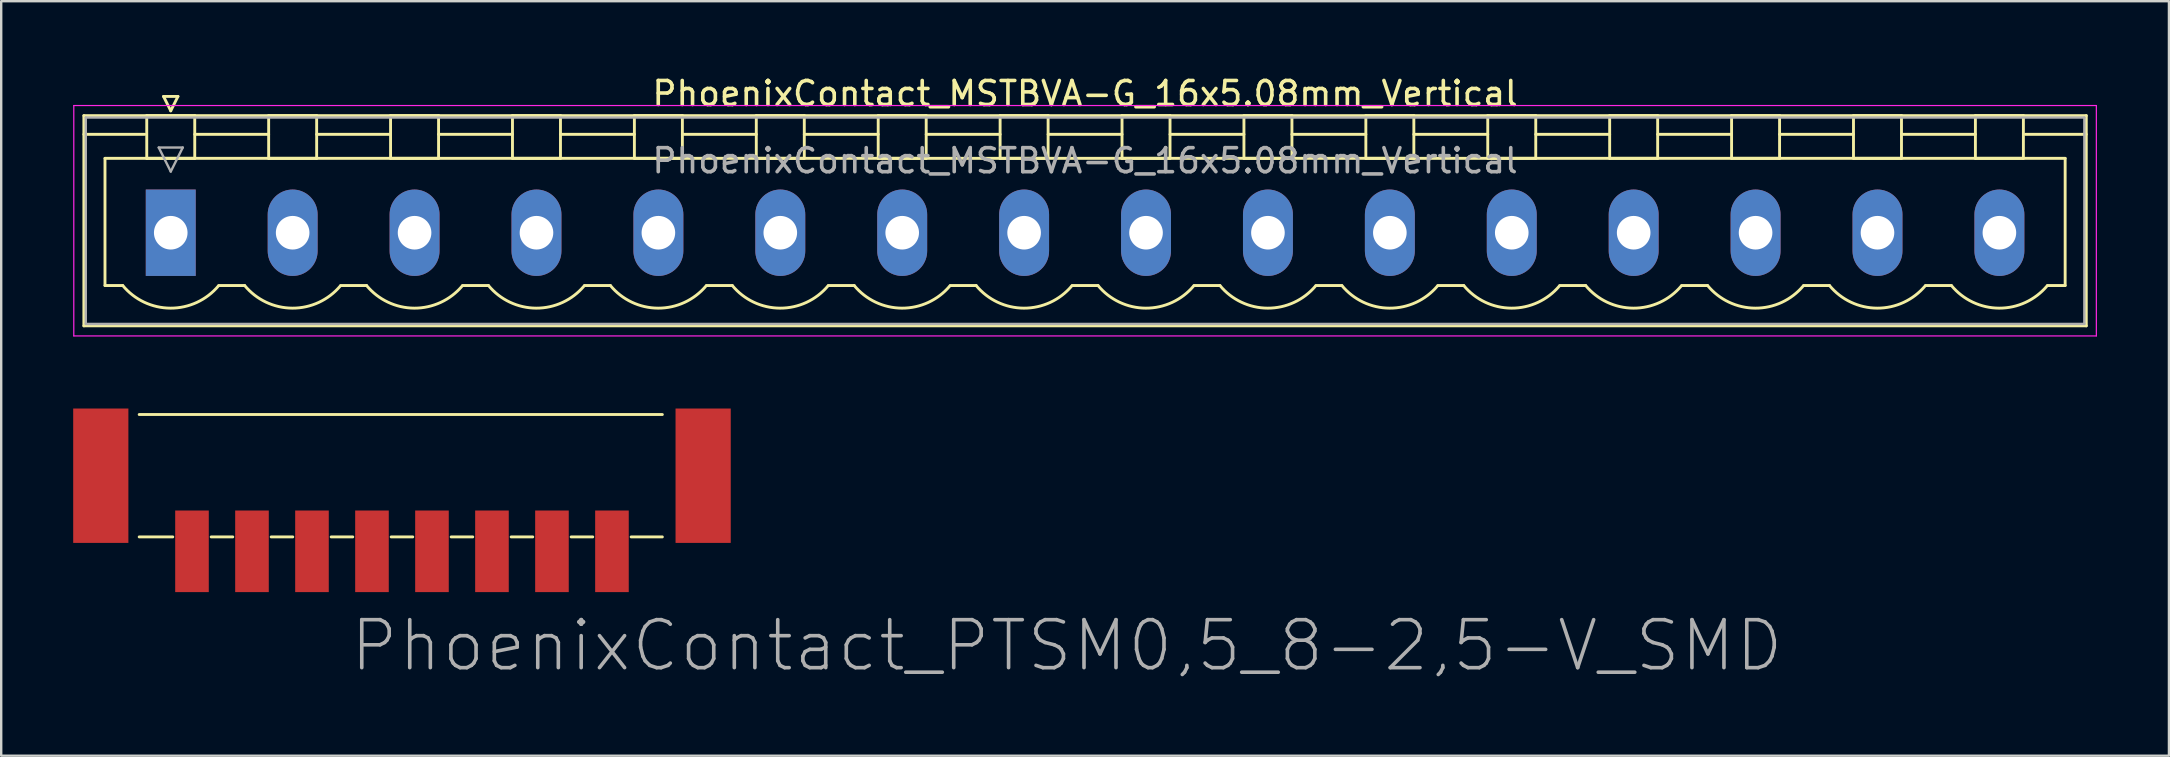
<source format=kicad_pcb>
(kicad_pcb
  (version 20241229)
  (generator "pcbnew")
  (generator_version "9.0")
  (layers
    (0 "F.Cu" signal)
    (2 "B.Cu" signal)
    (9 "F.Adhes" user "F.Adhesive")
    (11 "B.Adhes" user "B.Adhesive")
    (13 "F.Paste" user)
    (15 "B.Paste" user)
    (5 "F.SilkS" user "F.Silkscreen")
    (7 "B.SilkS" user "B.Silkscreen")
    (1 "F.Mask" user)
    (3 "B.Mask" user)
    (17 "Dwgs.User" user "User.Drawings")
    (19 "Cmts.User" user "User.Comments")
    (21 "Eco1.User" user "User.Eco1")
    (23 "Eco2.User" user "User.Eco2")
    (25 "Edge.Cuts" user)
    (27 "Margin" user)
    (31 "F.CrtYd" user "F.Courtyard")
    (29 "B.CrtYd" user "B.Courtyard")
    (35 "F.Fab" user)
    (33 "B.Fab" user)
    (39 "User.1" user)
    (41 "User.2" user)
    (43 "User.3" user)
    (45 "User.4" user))
  (footprint "PhoenixContact_MSTBVA-G_16x5.08mm_Vertical"
    (layer "F.Cu")
    (at 4.065 6.648)
    (property "Reference" "PhoenixContact_MSTBVA-G_16x5.08mm_Vertical" (at 38.1 -5.8 0) (layer "F.SilkS") (effects (font (size 1 1) (thickness 0.15))))
    (attr through_hole)
    (fp_line (start -3.62 -4.88) (end -3.62 3.88) (stroke (width 0.12) (type solid)) (layer "F.SilkS"))
    (fp_line (start -3.62 -4.1) (end -1.08 -4.1) (stroke (width 0.12) (type solid)) (layer "F.SilkS"))
    (fp_line (start -3.62 3.88) (end 79.82 3.88) (stroke (width 0.12) (type solid)) (layer "F.SilkS"))
    (fp_line (start -2.74 -3.1) (end 78.94 -3.1) (stroke (width 0.12) (type solid)) (layer "F.SilkS"))
    (fp_line (start -2.74 2.2) (end -2.74 -3.1) (stroke (width 0.12) (type solid)) (layer "F.SilkS"))
    (fp_line (start -2 2.2) (end -2.74 2.2) (stroke (width 0.12) (type solid)) (layer "F.SilkS"))
    (fp_line (start -1 -4.88) (end 1 -4.88) (stroke (width 0.12) (type solid)) (layer "F.SilkS"))
    (fp_line (start -1 -3.1) (end -1 -4.88) (stroke (width 0.12) (type solid)) (layer "F.SilkS"))
    (fp_line (start -0.3 -5.68) (end 0.3 -5.68) (stroke (width 0.12) (type solid)) (layer "F.SilkS"))
    (fp_line (start 0 -5.08) (end -0.3 -5.68) (stroke (width 0.12) (type solid)) (layer "F.SilkS"))
    (fp_line (start 0.3 -5.68) (end 0 -5.08) (stroke (width 0.12) (type solid)) (layer "F.SilkS"))
    (fp_line (start 1 -4.88) (end 1 -3.1) (stroke (width 0.12) (type solid)) (layer "F.SilkS"))
    (fp_line (start 1 -4.1) (end 4.08 -4.1) (stroke (width 0.12) (type solid)) (layer "F.SilkS"))
    (fp_line (start 1 -3.1) (end -1 -3.1) (stroke (width 0.12) (type solid)) (layer "F.SilkS"))
    (fp_line (start 2 2.2) (end 3.08 2.2) (stroke (width 0.12) (type solid)) (layer "F.SilkS"))
    (fp_line (start 4.08 -4.88) (end 6.08 -4.88) (stroke (width 0.12) (type solid)) (layer "F.SilkS"))
    (fp_line (start 4.08 -3.1) (end 4.08 -4.88) (stroke (width 0.12) (type solid)) (layer "F.SilkS"))
    (fp_line (start 6.08 -4.88) (end 6.08 -3.1) (stroke (width 0.12) (type solid)) (layer "F.SilkS"))
    (fp_line (start 6.08 -4.1) (end 9.16 -4.1) (stroke (width 0.12) (type solid)) (layer "F.SilkS"))
    (fp_line (start 6.08 -3.1) (end 4.08 -3.1) (stroke (width 0.12) (type solid)) (layer "F.SilkS"))
    (fp_line (start 7.08 2.2) (end 8.16 2.2) (stroke (width 0.12) (type solid)) (layer "F.SilkS"))
    (fp_line (start 9.16 -4.88) (end 11.16 -4.88) (stroke (width 0.12) (type solid)) (layer "F.SilkS"))
    (fp_line (start 9.16 -3.1) (end 9.16 -4.88) (stroke (width 0.12) (type solid)) (layer "F.SilkS"))
    (fp_line (start 11.16 -4.88) (end 11.16 -3.1) (stroke (width 0.12) (type solid)) (layer "F.SilkS"))
    (fp_line (start 11.16 -4.1) (end 14.24 -4.1) (stroke (width 0.12) (type solid)) (layer "F.SilkS"))
    (fp_line (start 11.16 -3.1) (end 9.16 -3.1) (stroke (width 0.12) (type solid)) (layer "F.SilkS"))
    (fp_line (start 12.16 2.2) (end 13.24 2.2) (stroke (width 0.12) (type solid)) (layer "F.SilkS"))
    (fp_line (start 14.24 -4.88) (end 16.24 -4.88) (stroke (width 0.12) (type solid)) (layer "F.SilkS"))
    (fp_line (start 14.24 -3.1) (end 14.24 -4.88) (stroke (width 0.12) (type solid)) (layer "F.SilkS"))
    (fp_line (start 16.24 -4.88) (end 16.24 -3.1) (stroke (width 0.12) (type solid)) (layer "F.SilkS"))
    (fp_line (start 16.24 -4.1) (end 19.32 -4.1) (stroke (width 0.12) (type solid)) (layer "F.SilkS"))
    (fp_line (start 16.24 -3.1) (end 14.24 -3.1) (stroke (width 0.12) (type solid)) (layer "F.SilkS"))
    (fp_line (start 17.24 2.2) (end 18.32 2.2) (stroke (width 0.12) (type solid)) (layer "F.SilkS"))
    (fp_line (start 19.32 -4.88) (end 21.32 -4.88) (stroke (width 0.12) (type solid)) (layer "F.SilkS"))
    (fp_line (start 19.32 -3.1) (end 19.32 -4.88) (stroke (width 0.12) (type solid)) (layer "F.SilkS"))
    (fp_line (start 21.32 -4.88) (end 21.32 -3.1) (stroke (width 0.12) (type solid)) (layer "F.SilkS"))
    (fp_line (start 21.32 -4.1) (end 24.4 -4.1) (stroke (width 0.12) (type solid)) (layer "F.SilkS"))
    (fp_line (start 21.32 -3.1) (end 19.32 -3.1) (stroke (width 0.12) (type solid)) (layer "F.SilkS"))
    (fp_line (start 22.32 2.2) (end 23.4 2.2) (stroke (width 0.12) (type solid)) (layer "F.SilkS"))
    (fp_line (start 24.4 -4.88) (end 26.4 -4.88) (stroke (width 0.12) (type solid)) (layer "F.SilkS"))
    (fp_line (start 24.4 -3.1) (end 24.4 -4.88) (stroke (width 0.12) (type solid)) (layer "F.SilkS"))
    (fp_line (start 26.4 -4.88) (end 26.4 -3.1) (stroke (width 0.12) (type solid)) (layer "F.SilkS"))
    (fp_line (start 26.4 -4.1) (end 29.48 -4.1) (stroke (width 0.12) (type solid)) (layer "F.SilkS"))
    (fp_line (start 26.4 -3.1) (end 24.4 -3.1) (stroke (width 0.12) (type solid)) (layer "F.SilkS"))
    (fp_line (start 27.4 2.2) (end 28.48 2.2) (stroke (width 0.12) (type solid)) (layer "F.SilkS"))
    (fp_line (start 29.48 -4.88) (end 31.48 -4.88) (stroke (width 0.12) (type solid)) (layer "F.SilkS"))
    (fp_line (start 29.48 -3.1) (end 29.48 -4.88) (stroke (width 0.12) (type solid)) (layer "F.SilkS"))
    (fp_line (start 31.48 -4.88) (end 31.48 -3.1) (stroke (width 0.12) (type solid)) (layer "F.SilkS"))
    (fp_line (start 31.48 -4.1) (end 34.56 -4.1) (stroke (width 0.12) (type solid)) (layer "F.SilkS"))
    (fp_line (start 31.48 -3.1) (end 29.48 -3.1) (stroke (width 0.12) (type solid)) (layer "F.SilkS"))
    (fp_line (start 32.48 2.2) (end 33.56 2.2) (stroke (width 0.12) (type solid)) (layer "F.SilkS"))
    (fp_line (start 34.56 -4.88) (end 36.56 -4.88) (stroke (width 0.12) (type solid)) (layer "F.SilkS"))
    (fp_line (start 34.56 -3.1) (end 34.56 -4.88) (stroke (width 0.12) (type solid)) (layer "F.SilkS"))
    (fp_line (start 36.56 -4.88) (end 36.56 -3.1) (stroke (width 0.12) (type solid)) (layer "F.SilkS"))
    (fp_line (start 36.56 -4.1) (end 39.64 -4.1) (stroke (width 0.12) (type solid)) (layer "F.SilkS"))
    (fp_line (start 36.56 -3.1) (end 34.56 -3.1) (stroke (width 0.12) (type solid)) (layer "F.SilkS"))
    (fp_line (start 37.56 2.2) (end 38.64 2.2) (stroke (width 0.12) (type solid)) (layer "F.SilkS"))
    (fp_line (start 39.64 -4.88) (end 41.64 -4.88) (stroke (width 0.12) (type solid)) (layer "F.SilkS"))
    (fp_line (start 39.64 -3.1) (end 39.64 -4.88) (stroke (width 0.12) (type solid)) (layer "F.SilkS"))
    (fp_line (start 41.64 -4.88) (end 41.64 -3.1) (stroke (width 0.12) (type solid)) (layer "F.SilkS"))
    (fp_line (start 41.64 -4.1) (end 44.72 -4.1) (stroke (width 0.12) (type solid)) (layer "F.SilkS"))
    (fp_line (start 41.64 -3.1) (end 39.64 -3.1) (stroke (width 0.12) (type solid)) (layer "F.SilkS"))
    (fp_line (start 42.64 2.2) (end 43.72 2.2) (stroke (width 0.12) (type solid)) (layer "F.SilkS"))
    (fp_line (start 44.72 -4.88) (end 46.72 -4.88) (stroke (width 0.12) (type solid)) (layer "F.SilkS"))
    (fp_line (start 44.72 -3.1) (end 44.72 -4.88) (stroke (width 0.12) (type solid)) (layer "F.SilkS"))
    (fp_line (start 46.72 -4.88) (end 46.72 -3.1) (stroke (width 0.12) (type solid)) (layer "F.SilkS"))
    (fp_line (start 46.72 -4.1) (end 49.8 -4.1) (stroke (width 0.12) (type solid)) (layer "F.SilkS"))
    (fp_line (start 46.72 -3.1) (end 44.72 -3.1) (stroke (width 0.12) (type solid)) (layer "F.SilkS"))
    (fp_line (start 47.72 2.2) (end 48.8 2.2) (stroke (width 0.12) (type solid)) (layer "F.SilkS"))
    (fp_line (start 49.8 -4.88) (end 51.8 -4.88) (stroke (width 0.12) (type solid)) (layer "F.SilkS"))
    (fp_line (start 49.8 -3.1) (end 49.8 -4.88) (stroke (width 0.12) (type solid)) (layer "F.SilkS"))
    (fp_line (start 51.8 -4.88) (end 51.8 -3.1) (stroke (width 0.12) (type solid)) (layer "F.SilkS"))
    (fp_line (start 51.8 -4.1) (end 54.88 -4.1) (stroke (width 0.12) (type solid)) (layer "F.SilkS"))
    (fp_line (start 51.8 -3.1) (end 49.8 -3.1) (stroke (width 0.12) (type solid)) (layer "F.SilkS"))
    (fp_line (start 52.8 2.2) (end 53.88 2.2) (stroke (width 0.12) (type solid)) (layer "F.SilkS"))
    (fp_line (start 54.88 -4.88) (end 56.88 -4.88) (stroke (width 0.12) (type solid)) (layer "F.SilkS"))
    (fp_line (start 54.88 -3.1) (end 54.88 -4.88) (stroke (width 0.12) (type solid)) (layer "F.SilkS"))
    (fp_line (start 56.88 -4.88) (end 56.88 -3.1) (stroke (width 0.12) (type solid)) (layer "F.SilkS"))
    (fp_line (start 56.88 -4.1) (end 59.96 -4.1) (stroke (width 0.12) (type solid)) (layer "F.SilkS"))
    (fp_line (start 56.88 -3.1) (end 54.88 -3.1) (stroke (width 0.12) (type solid)) (layer "F.SilkS"))
    (fp_line (start 57.88 2.2) (end 58.96 2.2) (stroke (width 0.12) (type solid)) (layer "F.SilkS"))
    (fp_line (start 59.96 -4.88) (end 61.96 -4.88) (stroke (width 0.12) (type solid)) (layer "F.SilkS"))
    (fp_line (start 59.96 -3.1) (end 59.96 -4.88) (stroke (width 0.12) (type solid)) (layer "F.SilkS"))
    (fp_line (start 61.96 -4.88) (end 61.96 -3.1) (stroke (width 0.12) (type solid)) (layer "F.SilkS"))
    (fp_line (start 61.96 -4.1) (end 65.04 -4.1) (stroke (width 0.12) (type solid)) (layer "F.SilkS"))
    (fp_line (start 61.96 -3.1) (end 59.96 -3.1) (stroke (width 0.12) (type solid)) (layer "F.SilkS"))
    (fp_line (start 62.96 2.2) (end 64.04 2.2) (stroke (width 0.12) (type solid)) (layer "F.SilkS"))
    (fp_line (start 65.04 -4.88) (end 67.04 -4.88) (stroke (width 0.12) (type solid)) (layer "F.SilkS"))
    (fp_line (start 65.04 -3.1) (end 65.04 -4.88) (stroke (width 0.12) (type solid)) (layer "F.SilkS"))
    (fp_line (start 67.04 -4.88) (end 67.04 -3.1) (stroke (width 0.12) (type solid)) (layer "F.SilkS"))
    (fp_line (start 67.04 -4.1) (end 70.12 -4.1) (stroke (width 0.12) (type solid)) (layer "F.SilkS"))
    (fp_line (start 67.04 -3.1) (end 65.04 -3.1) (stroke (width 0.12) (type solid)) (layer "F.SilkS"))
    (fp_line (start 68.04 2.2) (end 69.12 2.2) (stroke (width 0.12) (type solid)) (layer "F.SilkS"))
    (fp_line (start 70.12 -4.88) (end 72.12 -4.88) (stroke (width 0.12) (type solid)) (layer "F.SilkS"))
    (fp_line (start 70.12 -3.1) (end 70.12 -4.88) (stroke (width 0.12) (type solid)) (layer "F.SilkS"))
    (fp_line (start 72.12 -4.88) (end 72.12 -3.1) (stroke (width 0.12) (type solid)) (layer "F.SilkS"))
    (fp_line (start 72.12 -4.1) (end 75.2 -4.1) (stroke (width 0.12) (type solid)) (layer "F.SilkS"))
    (fp_line (start 72.12 -3.1) (end 70.12 -3.1) (stroke (width 0.12) (type solid)) (layer "F.SilkS"))
    (fp_line (start 73.12 2.2) (end 74.2 2.2) (stroke (width 0.12) (type solid)) (layer "F.SilkS"))
    (fp_line (start 75.2 -4.88) (end 77.2 -4.88) (stroke (width 0.12) (type solid)) (layer "F.SilkS"))
    (fp_line (start 75.2 -3.1) (end 75.2 -4.88) (stroke (width 0.12) (type solid)) (layer "F.SilkS"))
    (fp_line (start 77.2 -4.88) (end 77.2 -3.1) (stroke (width 0.12) (type solid)) (layer "F.SilkS"))
    (fp_line (start 77.2 -3.1) (end 75.2 -3.1) (stroke (width 0.12) (type solid)) (layer "F.SilkS"))
    (fp_line (start 78.94 -3.1) (end 78.94 2.2) (stroke (width 0.12) (type solid)) (layer "F.SilkS"))
    (fp_line (start 78.94 2.2) (end 78.2 2.2) (stroke (width 0.12) (type solid)) (layer "F.SilkS"))
    (fp_line (start 79.82 -4.88) (end -3.62 -4.88) (stroke (width 0.12) (type solid)) (layer "F.SilkS"))
    (fp_line (start 79.82 -4.1) (end 77.28 -4.1) (stroke (width 0.12) (type solid)) (layer "F.SilkS"))
    (fp_line (start 79.82 3.88) (end 79.82 -4.88) (stroke (width 0.12) (type solid)) (layer "F.SilkS"))
    (fp_arc (start 1.986842 2.215821) (mid -0.010289 3.142758) (end -2 2.2) (stroke (width 0.12) (type solid)) (layer "F.SilkS"))
    (fp_arc (start 7.066842 2.215821) (mid 5.069711 3.142758) (end 3.08 2.2) (stroke (width 0.12) (type solid)) (layer "F.SilkS"))
    (fp_arc (start 12.146842 2.215821) (mid 10.149711 3.142758) (end 8.16 2.2) (stroke (width 0.12) (type solid)) (layer "F.SilkS"))
    (fp_arc (start 17.226842 2.215821) (mid 15.229711 3.142758) (end 13.24 2.2) (stroke (width 0.12) (type solid)) (layer "F.SilkS"))
    (fp_arc (start 22.306842 2.215821) (mid 20.309711 3.142758) (end 18.32 2.2) (stroke (width 0.12) (type solid)) (layer "F.SilkS"))
    (fp_arc (start 27.386842 2.215821) (mid 25.389711 3.142758) (end 23.4 2.2) (stroke (width 0.12) (type solid)) (layer "F.SilkS"))
    (fp_arc (start 32.466842 2.215821) (mid 30.469711 3.142758) (end 28.48 2.2) (stroke (width 0.12) (type solid)) (layer "F.SilkS"))
    (fp_arc (start 37.546842 2.215821) (mid 35.549711 3.142758) (end 33.56 2.2) (stroke (width 0.12) (type solid)) (layer "F.SilkS"))
    (fp_arc (start 42.626842 2.215821) (mid 40.629711 3.142758) (end 38.64 2.2) (stroke (width 0.12) (type solid)) (layer "F.SilkS"))
    (fp_arc (start 47.706842 2.215821) (mid 45.709711 3.142758) (end 43.72 2.2) (stroke (width 0.12) (type solid)) (layer "F.SilkS"))
    (fp_arc (start 52.786842 2.215821) (mid 50.789711 3.142758) (end 48.8 2.2) (stroke (width 0.12) (type solid)) (layer "F.SilkS"))
    (fp_arc (start 57.866842 2.215821) (mid 55.869711 3.142758) (end 53.88 2.2) (stroke (width 0.12) (type solid)) (layer "F.SilkS"))
    (fp_arc (start 62.946842 2.215821) (mid 60.949711 3.142758) (end 58.96 2.2) (stroke (width 0.12) (type solid)) (layer "F.SilkS"))
    (fp_arc (start 68.026842 2.215821) (mid 66.029711 3.142758) (end 64.04 2.2) (stroke (width 0.12) (type solid)) (layer "F.SilkS"))
    (fp_arc (start 73.106842 2.215821) (mid 71.109711 3.142758) (end 69.12 2.2) (stroke (width 0.12) (type solid)) (layer "F.SilkS"))
    (fp_arc (start 78.186842 2.215821) (mid 76.189711 3.142758) (end 74.2 2.2) (stroke (width 0.12) (type solid)) (layer "F.SilkS"))
    (fp_line (start -4.04 -5.3) (end -4.04 4.3) (stroke (width 0.05) (type solid)) (layer "F.CrtYd"))
    (fp_line (start -4.04 4.3) (end 80.24 4.3) (stroke (width 0.05) (type solid)) (layer "F.CrtYd"))
    (fp_line (start 80.24 -5.3) (end -4.04 -5.3) (stroke (width 0.05) (type solid)) (layer "F.CrtYd"))
    (fp_line (start 80.24 4.3) (end 80.24 -5.3) (stroke (width 0.05) (type solid)) (layer "F.CrtYd"))
    (fp_line (start -3.54 -4.8) (end -3.54 3.8) (stroke (width 0.1) (type solid)) (layer "F.Fab"))
    (fp_line (start -3.54 3.8) (end 79.74 3.8) (stroke (width 0.1) (type solid)) (layer "F.Fab"))
    (fp_line (start -0.5 -3.55) (end 0.5 -3.55) (stroke (width 0.1) (type solid)) (layer "F.Fab"))
    (fp_line (start 0 -2.55) (end -0.5 -3.55) (stroke (width 0.1) (type solid)) (layer "F.Fab"))
    (fp_line (start 0.5 -3.55) (end 0 -2.55) (stroke (width 0.1) (type solid)) (layer "F.Fab"))
    (fp_line (start 79.74 -4.8) (end -3.54 -4.8) (stroke (width 0.1) (type solid)) (layer "F.Fab"))
    (fp_line (start 79.74 3.8) (end 79.74 -4.8) (stroke (width 0.1) (type solid)) (layer "F.Fab"))
    (fp_text user "${REFERENCE}" (at 38.1 -3 0) (layer "F.Fab") (effects (font (size 1 1) (thickness 0.15))))
    (pad "1" thru_hole rect (at 0 0) (size 2.08 3.6) (drill 1.4) (layers "*.Cu" "*.Mask"))
    (pad "2" thru_hole oval (at 5.08 0) (size 2.08 3.6) (drill 1.4) (layers "*.Cu" "*.Mask"))
    (pad "3" thru_hole oval (at 10.16 0) (size 2.08 3.6) (drill 1.4) (layers "*.Cu" "*.Mask"))
    (pad "4" thru_hole oval (at 15.24 0) (size 2.08 3.6) (drill 1.4) (layers "*.Cu" "*.Mask"))
    (pad "5" thru_hole oval (at 20.32 0) (size 2.08 3.6) (drill 1.4) (layers "*.Cu" "*.Mask"))
    (pad "6" thru_hole oval (at 25.4 0) (size 2.08 3.6) (drill 1.4) (layers "*.Cu" "*.Mask"))
    (pad "7" thru_hole oval (at 30.48 0) (size 2.08 3.6) (drill 1.4) (layers "*.Cu" "*.Mask"))
    (pad "8" thru_hole oval (at 35.56 0) (size 2.08 3.6) (drill 1.4) (layers "*.Cu" "*.Mask"))
    (pad "9" thru_hole oval (at 40.64 0) (size 2.08 3.6) (drill 1.4) (layers "*.Cu" "*.Mask"))
    (pad "10" thru_hole oval (at 45.72 0) (size 2.08 3.6) (drill 1.4) (layers "*.Cu" "*.Mask"))
    (pad "11" thru_hole oval (at 50.8 0) (size 2.08 3.6) (drill 1.4) (layers "*.Cu" "*.Mask"))
    (pad "12" thru_hole oval (at 55.88 0) (size 2.08 3.6) (drill 1.4) (layers "*.Cu" "*.Mask"))
    (pad "13" thru_hole oval (at 60.96 0) (size 2.08 3.6) (drill 1.4) (layers "*.Cu" "*.Mask"))
    (pad "14" thru_hole oval (at 66.04 0) (size 2.08 3.6) (drill 1.4) (layers "*.Cu" "*.Mask"))
    (pad "15" thru_hole oval (at 71.12 0) (size 2.08 3.6) (drill 1.4) (layers "*.Cu" "*.Mask"))
    (pad "16" thru_hole oval (at 76.2 0) (size 2.08 3.6) (drill 1.4) (layers "*.Cu" "*.Mask")))
  (footprint "PhoenixContact_PTSM0,5_8-2,5-V_SMD"
    (layer "F.Cu")
    (at 13.7 16.723)
    (property "Reference" "PhoenixContact_PTSM0,5_8-2,5-V_SMD" (at -2.25 8.3 0) (layer "F.Fab") (effects (font (size 2 2) (thickness 0.15)) (justify left bottom)))
    (attr through_hole)
    (fp_line (start -10.95 -2.5) (end 10.85 -2.5) (stroke (width 0.12) (type solid)) (layer "F.SilkS"))
    (fp_line (start -9.55 2.6) (end -10.95 2.6) (stroke (width 0.12) (type solid)) (layer "F.SilkS"))
    (fp_line (start -7.05 2.6) (end -7.95 2.6) (stroke (width 0.12) (type solid)) (layer "F.SilkS"))
    (fp_line (start -4.55 2.6) (end -5.45 2.6) (stroke (width 0.12) (type solid)) (layer "F.SilkS"))
    (fp_line (start -2.05 2.6) (end -2.95 2.6) (stroke (width 0.12) (type solid)) (layer "F.SilkS"))
    (fp_line (start 0.45 2.6) (end -0.45 2.6) (stroke (width 0.12) (type solid)) (layer "F.SilkS"))
    (fp_line (start 2.95 2.6) (end 2.05 2.6) (stroke (width 0.12) (type solid)) (layer "F.SilkS"))
    (fp_line (start 5.45 2.6) (end 4.55 2.6) (stroke (width 0.12) (type solid)) (layer "F.SilkS"))
    (fp_line (start 7.95 2.6) (end 7.05 2.6) (stroke (width 0.12) (type solid)) (layer "F.SilkS"))
    (fp_line (start 10.85 2.6) (end 9.55 2.6) (stroke (width 0.12) (type solid)) (layer "F.SilkS"))
    (pad "" smd rect (at -12.55 0.05 180) (size 2.3 5.6) (layers "F.Cu" "F.Mask" "F.Paste"))
    (pad "" smd rect (at 12.55 0.05 180) (size 2.3 5.6) (layers "F.Cu" "F.Mask" "F.Paste"))
    (pad "1" smd rect (at -8.75 3.2 180) (size 1.4 3.4) (layers "F.Cu" "F.Mask" "F.Paste"))
    (pad "2" smd rect (at -6.25 3.2 180) (size 1.4 3.4) (layers "F.Cu" "F.Mask" "F.Paste"))
    (pad "3" smd rect (at -3.75 3.2 180) (size 1.4 3.4) (layers "F.Cu" "F.Mask" "F.Paste"))
    (pad "4" smd rect (at -1.25 3.2 180) (size 1.4 3.4) (layers "F.Cu" "F.Mask" "F.Paste"))
    (pad "5" smd rect (at 1.25 3.2 180) (size 1.4 3.4) (layers "F.Cu" "F.Mask" "F.Paste"))
    (pad "6" smd rect (at 3.75 3.2 180) (size 1.4 3.4) (layers "F.Cu" "F.Mask" "F.Paste"))
    (pad "7" smd rect (at 6.25 3.2 180) (size 1.4 3.4) (layers "F.Cu" "F.Mask" "F.Paste"))
    (pad "8" smd rect (at 8.75 3.2 180) (size 1.4 3.4) (layers "F.Cu" "F.Mask" "F.Paste")))
  (gr_rect
    (start -3 -3)
    (end 87.33 28.44)
    (stroke (width 0.1) (type default))
    (fill no)
    (layer "Edge.Cuts")))
</source>
